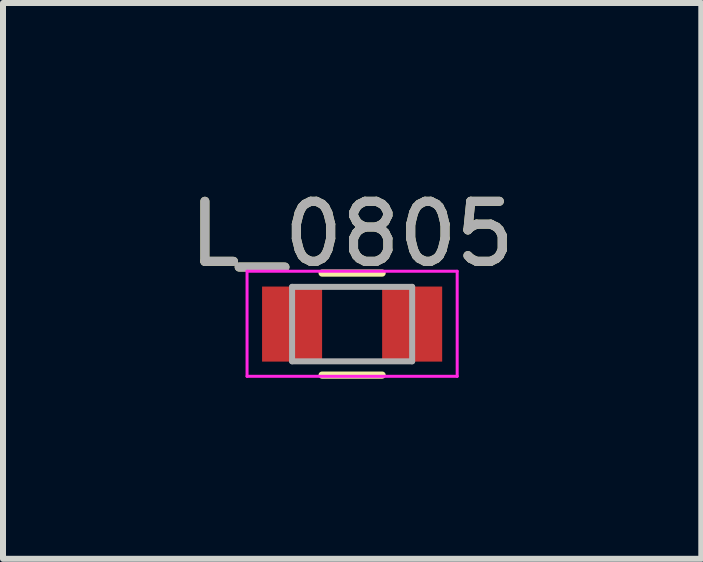
<source format=kicad_pcb>
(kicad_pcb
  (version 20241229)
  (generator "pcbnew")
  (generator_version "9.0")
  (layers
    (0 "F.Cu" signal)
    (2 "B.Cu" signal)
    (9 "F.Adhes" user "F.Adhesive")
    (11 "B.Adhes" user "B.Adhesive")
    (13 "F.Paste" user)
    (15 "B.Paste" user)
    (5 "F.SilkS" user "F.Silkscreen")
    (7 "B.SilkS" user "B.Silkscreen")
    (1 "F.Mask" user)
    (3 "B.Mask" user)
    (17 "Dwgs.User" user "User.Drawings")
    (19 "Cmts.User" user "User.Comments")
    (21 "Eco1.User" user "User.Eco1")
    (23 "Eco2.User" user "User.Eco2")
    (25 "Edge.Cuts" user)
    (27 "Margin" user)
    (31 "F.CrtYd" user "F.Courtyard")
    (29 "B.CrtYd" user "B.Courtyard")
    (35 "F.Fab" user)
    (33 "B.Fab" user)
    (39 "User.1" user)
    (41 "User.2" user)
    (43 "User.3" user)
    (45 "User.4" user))
  (footprint "L_0805"
    (layer "F.Cu")
    (at 2.815 2.348)
    (property "Reference" "L_0805" (at 0 -1.5 0) (layer "F.SilkS") (effects (font (size 1 1) (thickness 0.15))))
    (attr smd)
    (fp_line (start -0.5 0.85) (end 0.5 0.85) (stroke (width 0.12) (type solid)) (layer "F.SilkS"))
    (fp_line (start 0.5 -0.85) (end -0.5 -0.85) (stroke (width 0.12) (type solid)) (layer "F.SilkS"))
    (fp_line (start -1.75 -0.88) (end -1.75 0.87) (stroke (width 0.05) (type solid)) (layer "F.CrtYd"))
    (fp_line (start -1.75 -0.88) (end 1.75 -0.88) (stroke (width 0.05) (type solid)) (layer "F.CrtYd"))
    (fp_line (start 1.75 0.87) (end -1.75 0.87) (stroke (width 0.05) (type solid)) (layer "F.CrtYd"))
    (fp_line (start 1.75 0.87) (end 1.75 -0.88) (stroke (width 0.05) (type solid)) (layer "F.CrtYd"))
    (fp_line (start -1 -0.62) (end 1 -0.62) (stroke (width 0.1) (type solid)) (layer "F.Fab"))
    (fp_line (start -1 0.62) (end -1 -0.62) (stroke (width 0.1) (type solid)) (layer "F.Fab"))
    (fp_line (start 1 -0.62) (end 1 0.62) (stroke (width 0.1) (type solid)) (layer "F.Fab"))
    (fp_line (start 1 0.62) (end -1 0.62) (stroke (width 0.1) (type solid)) (layer "F.Fab"))
    (fp_text user "${REFERENCE}" (at 0 -1.5 0) (layer "F.Fab") (effects (font (size 1 1) (thickness 0.15))))
    (pad "1" smd rect (at -1 0) (size 1 1.25) (layers "F.Cu" "F.Mask" "F.Paste"))
    (pad "2" smd rect (at 1 0) (size 1 1.25) (layers "F.Cu" "F.Mask" "F.Paste")))
  (gr_rect
    (start -3 -3)
    (end 8.631 6.258)
    (stroke (width 0.1) (type default))
    (fill no)
    (layer "Edge.Cuts")))
</source>
